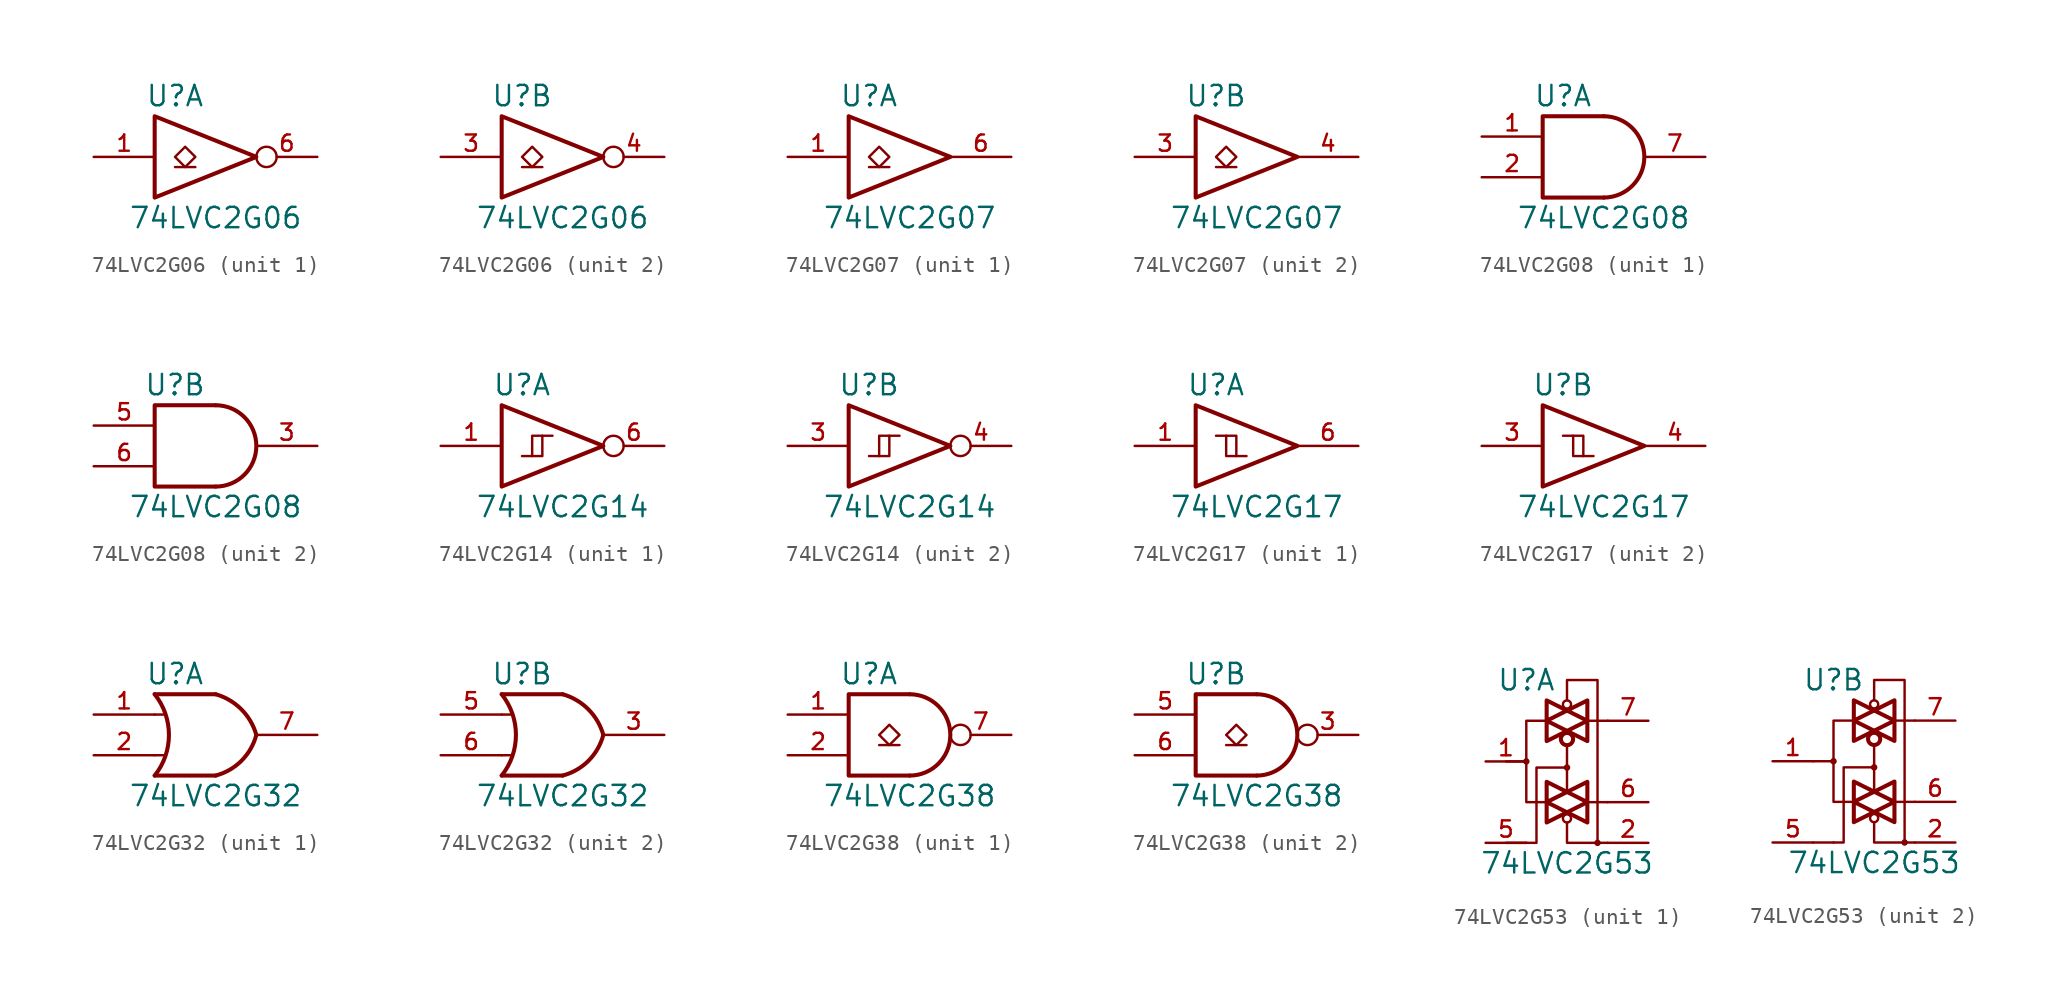
<source format=kicad_sym>
(kicad_symbol_lib
  (version 20201005)
  (generator kicad_symbol_editor)
  (symbol "74LVC2G06"
    (pin_names
      (offset 1.016))
    (property "Reference" "U"
      (at -2.54 3.81 0)
      (effects (font (size 1.27 1.27))))
    (property "Value" "74LVC2G06"
      (at 0 -3.81 0)
      (effects (font (size 1.27 1.27))))
    (symbol "74LVC2G06_0_1"
      (polyline (pts (xy -2.54 -0.635) (xy -1.27 -0.635)) (stroke (width 0)) (fill (type none)))
      (polyline (pts (xy -3.81 2.54) (xy -3.81 -2.54) (xy 2.54 0) (xy -3.81 2.54)) (stroke (width 0.254)) (fill (type none)))
      (polyline (pts (xy -1.905 0.635) (xy -2.54 0) (xy -1.905 -0.635) (xy -1.27 0) (xy -1.905 0.635)) (stroke (width 0)) (fill (type none)))
      (pin power_in line (at 0 -2.54 270) (length 0) hide (name "GND" (effects (font (size 1.016 1.016)))) (number "2" (effects (font (size 1.016 1.016)))))
      (pin power_in line (at 0 2.54 90) (length 0) hide (name "VCC" (effects (font (size 1.016 1.016)))) (number "5" (effects (font (size 1.016 1.016))))))
    (symbol "74LVC2G06_1_1"
      (pin input line (at -7.62 0 0) (length 3.81) (name "~" (effects (font (size 1.016 1.016)))) (number "1" (effects (font (size 1.016 1.016)))))
      (pin open_collector inverted (at 6.35 0 180) (length 3.81) (name "~" (effects (font (size 1.016 1.016)))) (number "6" (effects (font (size 1.016 1.016))))))
    (symbol "74LVC2G06_2_1"
      (pin input line (at -7.62 0 0) (length 3.81) (name "~" (effects (font (size 1.016 1.016)))) (number "3" (effects (font (size 1.016 1.016)))))
      (pin open_collector inverted (at 6.35 0 180) (length 3.81) (name "~" (effects (font (size 1.016 1.016)))) (number "4" (effects (font (size 1.016 1.016)))))))
  (symbol "74LVC2G07"
    (pin_names
      (offset 1.016))
    (property "Reference" "U"
      (at -2.54 3.81 0)
      (effects (font (size 1.27 1.27))))
    (property "Value" "74LVC2G07"
      (at 0 -3.81 0)
      (effects (font (size 1.27 1.27))))
    (symbol "74LVC2G07_0_1"
      (polyline (pts (xy -2.54 -0.635) (xy -1.27 -0.635)) (stroke (width 0)) (fill (type none)))
      (polyline (pts (xy -3.81 2.54) (xy -3.81 -2.54) (xy 2.54 0) (xy -3.81 2.54)) (stroke (width 0.254)) (fill (type none)))
      (polyline (pts (xy -1.905 0.635) (xy -2.54 0) (xy -1.905 -0.635) (xy -1.27 0) (xy -1.905 0.635)) (stroke (width 0)) (fill (type none)))
      (pin power_in line (at 0 -2.54 270) (length 0) hide (name "GND" (effects (font (size 1.016 1.016)))) (number "2" (effects (font (size 1.016 1.016)))))
      (pin power_in line (at 0 2.54 90) (length 0) hide (name "VCC" (effects (font (size 1.016 1.016)))) (number "5" (effects (font (size 1.016 1.016))))))
    (symbol "74LVC2G07_1_1"
      (pin input line (at -7.62 0 0) (length 3.81) (name "~" (effects (font (size 1.016 1.016)))) (number "1" (effects (font (size 1.016 1.016)))))
      (pin open_collector line (at 6.35 0 180) (length 3.81) (name "~" (effects (font (size 1.016 1.016)))) (number "6" (effects (font (size 1.016 1.016))))))
    (symbol "74LVC2G07_2_1"
      (pin input line (at -7.62 0 0) (length 3.81) (name "~" (effects (font (size 1.016 1.016)))) (number "3" (effects (font (size 1.016 1.016)))))
      (pin open_collector line (at 6.35 0 180) (length 3.81) (name "~" (effects (font (size 1.016 1.016)))) (number "4" (effects (font (size 1.016 1.016)))))))
  (symbol "74LVC2G08"
    (pin_names
      (offset 1.016))
    (property "Reference" "U"
      (at -2.54 3.81 0)
      (effects (font (size 1.27 1.27))))
    (property "Value" "74LVC2G08"
      (at 0 -3.81 0)
      (effects (font (size 1.27 1.27))))
    (symbol "74LVC2G08_0_1"
      (arc (start 0 -2.54) (end 0 2.54) (radius (at 0 0) (length 2.54) (angles -89.9 89.9)) (stroke (width 0.254)) (fill (type none)))
      (polyline (pts (xy 0 -2.54) (xy -3.81 -2.54) (xy -3.81 2.54) (xy 0 2.54)) (stroke (width 0.254)) (fill (type none)))
      (pin power_in line (at 0 -2.54 270) (length 0) hide (name "GND" (effects (font (size 1.016 1.016)))) (number "4" (effects (font (size 1.016 1.016)))))
      (pin power_in line (at 0 2.54 90) (length 0) hide (name "VCC" (effects (font (size 1.016 1.016)))) (number "8" (effects (font (size 1.016 1.016))))))
    (symbol "74LVC2G08_1_1"
      (pin input line (at -7.62 1.27 0) (length 3.81) (name "~" (effects (font (size 1.016 1.016)))) (number "1" (effects (font (size 1.016 1.016)))))
      (pin input line (at -7.62 -1.27 0) (length 3.81) (name "~" (effects (font (size 1.016 1.016)))) (number "2" (effects (font (size 1.016 1.016)))))
      (pin output line (at 6.35 0 180) (length 3.81) (name "~" (effects (font (size 1.016 1.016)))) (number "7" (effects (font (size 1.016 1.016))))))
    (symbol "74LVC2G08_2_1"
      (pin output line (at 6.35 0 180) (length 3.81) (name "~" (effects (font (size 1.016 1.016)))) (number "3" (effects (font (size 1.016 1.016)))))
      (pin input line (at -7.62 1.27 0) (length 3.81) (name "~" (effects (font (size 1.016 1.016)))) (number "5" (effects (font (size 1.016 1.016)))))
      (pin input line (at -7.62 -1.27 0) (length 3.81) (name "~" (effects (font (size 1.016 1.016)))) (number "6" (effects (font (size 1.016 1.016)))))))
  (symbol "74LVC2G14"
    (pin_names
      (offset 1.016))
    (property "Reference" "U"
      (at -2.54 3.81 0)
      (effects (font (size 1.27 1.27))))
    (property "Value" "74LVC2G14"
      (at 0 -3.81 0)
      (effects (font (size 1.27 1.27))))
    (symbol "74LVC2G14_0_1"
      (polyline (pts (xy -1.905 -0.635) (xy -1.27 -0.635) (xy -1.27 0.635)) (stroke (width 0)) (fill (type none)))
      (polyline (pts (xy -3.81 2.54) (xy -3.81 -2.54) (xy 2.54 0) (xy -3.81 2.54)) (stroke (width 0.254)) (fill (type none)))
      (polyline (pts (xy -2.54 -0.635) (xy -1.905 -0.635) (xy -1.905 0.635) (xy -0.635 0.635)) (stroke (width 0)) (fill (type none)))
      (pin power_in line (at 0 -2.54 270) (length 0) hide (name "GND" (effects (font (size 1.016 1.016)))) (number "2" (effects (font (size 1.016 1.016)))))
      (pin power_in line (at 0 2.54 90) (length 0) hide (name "VCC" (effects (font (size 1.016 1.016)))) (number "5" (effects (font (size 1.016 1.016))))))
    (symbol "74LVC2G14_1_1"
      (pin input line (at -7.62 0 0) (length 3.81) (name "~" (effects (font (size 1.016 1.016)))) (number "1" (effects (font (size 1.016 1.016)))))
      (pin output inverted (at 6.35 0 180) (length 3.81) (name "~" (effects (font (size 1.016 1.016)))) (number "6" (effects (font (size 1.016 1.016))))))
    (symbol "74LVC2G14_2_1"
      (pin input line (at -7.62 0 0) (length 3.81) (name "~" (effects (font (size 1.016 1.016)))) (number "3" (effects (font (size 1.016 1.016)))))
      (pin output inverted (at 6.35 0 180) (length 3.81) (name "~" (effects (font (size 1.016 1.016)))) (number "4" (effects (font (size 1.016 1.016)))))))
  (symbol "74LVC2G17"
    (pin_names
      (offset 1.016))
    (property "Reference" "U"
      (at -2.54 3.81 0)
      (effects (font (size 1.27 1.27))))
    (property "Value" "74LVC2G17"
      (at 0 -3.81 0)
      (effects (font (size 1.27 1.27))))
    (symbol "74LVC2G17_0_1"
      (polyline (pts (xy -1.905 0.635) (xy -1.27 0.635) (xy -1.27 -0.635)) (stroke (width 0)) (fill (type none)))
      (polyline (pts (xy -3.81 2.54) (xy -3.81 -2.54) (xy 2.54 0) (xy -3.81 2.54)) (stroke (width 0.254)) (fill (type none)))
      (polyline (pts (xy -2.54 0.635) (xy -1.905 0.635) (xy -1.905 -0.635) (xy -0.635 -0.635)) (stroke (width 0)) (fill (type none)))
      (pin power_in line (at 0 -2.54 270) (length 0) hide (name "GND" (effects (font (size 1.016 1.016)))) (number "2" (effects (font (size 1.016 1.016)))))
      (pin power_in line (at 0 2.54 90) (length 0) hide (name "VCC" (effects (font (size 1.016 1.016)))) (number "5" (effects (font (size 1.016 1.016))))))
    (symbol "74LVC2G17_1_1"
      (pin input line (at -7.62 0 0) (length 3.81) (name "~" (effects (font (size 1.016 1.016)))) (number "1" (effects (font (size 1.016 1.016)))))
      (pin output line (at 6.35 0 180) (length 3.81) (name "~" (effects (font (size 1.016 1.016)))) (number "6" (effects (font (size 1.016 1.016))))))
    (symbol "74LVC2G17_2_1"
      (pin input line (at -7.62 0 0) (length 3.81) (name "~" (effects (font (size 1.016 1.016)))) (number "3" (effects (font (size 1.016 1.016)))))
      (pin output line (at 6.35 0 180) (length 3.81) (name "~" (effects (font (size 1.016 1.016)))) (number "4" (effects (font (size 1.016 1.016)))))))
  (symbol "74LVC2G32"
    (pin_names
      (offset 1.016))
    (property "Reference" "U"
      (at -2.54 3.81 0)
      (effects (font (size 1.27 1.27))))
    (property "Value" "74LVC2G32"
      (at 0 -3.81 0)
      (effects (font (size 1.27 1.27))))
    (symbol "74LVC2G32_0_1"
      (arc (start -3.81 2.54) (end -3.81 -2.54) (radius (at -6.985 0) (length 4.064) (angles 38.6 -38.6)) (stroke (width 0.254)) (fill (type none)))
      (arc (start 0 2.54) (end 2.54 0) (radius (at -0.9652 -0.9398) (length 3.6068) (angles 74.4 15)) (stroke (width 0.254)) (fill (type none)))
      (arc (start 0 -2.54) (end 2.54 0) (radius (at -0.9652 0.9398) (length 3.6068) (angles -74.4 -15)) (stroke (width 0.254)) (fill (type none)))
      (polyline (pts (xy -3.81 -1.27) (xy -3.175 -1.27)) (stroke (width 0)) (fill (type none)))
      (polyline (pts (xy -3.81 1.27) (xy -3.175 1.27)) (stroke (width 0)) (fill (type none)))
      (polyline (pts (xy 0 -2.54) (xy -3.81 -2.54)) (stroke (width 0.254)) (fill (type background)))
      (polyline (pts (xy 0 2.54) (xy -3.81 2.54)) (stroke (width 0.254)) (fill (type background)))
      (pin power_in line (at 0 -2.54 270) (length 0) hide (name "GND" (effects (font (size 1.016 1.016)))) (number "4" (effects (font (size 1.016 1.016)))))
      (pin power_in line (at 0 2.54 90) (length 0) hide (name "VCC" (effects (font (size 1.016 1.016)))) (number "8" (effects (font (size 1.016 1.016))))))
    (symbol "74LVC2G32_1_1"
      (pin input line (at -7.62 1.27 0) (length 3.81) (name "~" (effects (font (size 1.016 1.016)))) (number "1" (effects (font (size 1.016 1.016)))))
      (pin input line (at -7.62 -1.27 0) (length 3.81) (name "~" (effects (font (size 1.016 1.016)))) (number "2" (effects (font (size 1.016 1.016)))))
      (pin output line (at 6.35 0 180) (length 3.81) (name "~" (effects (font (size 1.016 1.016)))) (number "7" (effects (font (size 1.016 1.016))))))
    (symbol "74LVC2G32_2_1"
      (pin output line (at 6.35 0 180) (length 3.81) (name "~" (effects (font (size 1.016 1.016)))) (number "3" (effects (font (size 1.016 1.016)))))
      (pin input line (at -7.62 1.27 0) (length 3.81) (name "~" (effects (font (size 1.016 1.016)))) (number "5" (effects (font (size 1.016 1.016)))))
      (pin input line (at -7.62 -1.27 0) (length 3.81) (name "~" (effects (font (size 1.016 1.016)))) (number "6" (effects (font (size 1.016 1.016)))))))
  (symbol "74LVC2G38"
    (pin_names
      (offset 1.016))
    (property "Reference" "U"
      (at -2.54 3.81 0)
      (effects (font (size 1.27 1.27))))
    (property "Value" "74LVC2G38"
      (at 0 -3.81 0)
      (effects (font (size 1.27 1.27))))
    (symbol "74LVC2G38_0_1"
      (arc (start 0 -2.54) (end 0 2.54) (radius (at 0 0) (length 2.54) (angles -89.9 89.9)) (stroke (width 0.254)) (fill (type none)))
      (polyline (pts (xy -1.905 -0.635) (xy -0.635 -0.635)) (stroke (width 0)) (fill (type none)))
      (polyline (pts (xy 0 -2.54) (xy -3.81 -2.54) (xy -3.81 2.54) (xy 0 2.54)) (stroke (width 0.254)) (fill (type none)))
      (polyline (pts (xy -1.27 0.635) (xy -1.905 0) (xy -1.27 -0.635) (xy -0.635 0) (xy -1.27 0.635)) (stroke (width 0)) (fill (type none)))
      (pin power_in line (at 0 -2.54 270) (length 0) hide (name "GND" (effects (font (size 1.016 1.016)))) (number "4" (effects (font (size 1.016 1.016)))))
      (pin power_in line (at 0 2.54 90) (length 0) hide (name "VCC" (effects (font (size 1.016 1.016)))) (number "8" (effects (font (size 1.016 1.016))))))
    (symbol "74LVC2G38_1_1"
      (pin input line (at -7.62 1.27 0) (length 3.81) (name "~" (effects (font (size 1.016 1.016)))) (number "1" (effects (font (size 1.016 1.016)))))
      (pin input line (at -7.62 -1.27 0) (length 3.81) (name "~" (effects (font (size 1.016 1.016)))) (number "2" (effects (font (size 1.016 1.016)))))
      (pin open_collector inverted (at 6.35 0 180) (length 3.81) (name "~" (effects (font (size 1.016 1.016)))) (number "7" (effects (font (size 1.016 1.016))))))
    (symbol "74LVC2G38_2_1"
      (pin open_collector inverted (at 6.35 0 180) (length 3.81) (name "~" (effects (font (size 1.016 1.016)))) (number "3" (effects (font (size 1.016 1.016)))))
      (pin input line (at -7.62 1.27 0) (length 3.81) (name "~" (effects (font (size 1.016 1.016)))) (number "5" (effects (font (size 1.016 1.016)))))
      (pin input line (at -7.62 -1.27 0) (length 3.81) (name "~" (effects (font (size 1.016 1.016)))) (number "6" (effects (font (size 1.016 1.016)))))))
  (symbol "74LVC2G53"
    (pin_names
      (offset 1.016))
    (property "Reference" "U"
      (at -2.54 5.08 0)
      (effects (font (size 1.27 1.27))))
    (property "Value" "74LVC2G53"
      (at 0 -6.35 0)
      (effects (font (size 1.27 1.27))))
    (symbol "74LVC2G53_0_1"
      (circle (center -2.54 0) (radius 0.127) (stroke (width 0)) (fill (type none)))
      (circle (center 0 -3.556) (radius 0.254) (stroke (width 0)) (fill (type none)))
      (circle (center 0 -0.381) (radius 0.127) (stroke (width 0)) (fill (type none)))
      (circle (center 0 1.397) (radius 0.381) (stroke (width 0.254)) (fill (type none)))
      (circle (center 0 3.556) (radius 0.254) (stroke (width 0)) (fill (type none)))
      (circle (center 1.905 -5.08) (radius 0.127) (stroke (width 0)) (fill (type none)))
      (polyline (pts (xy -3.81 -5.08) (xy -2.54 -5.08)) (stroke (width 0)) (fill (type none)))
      (polyline (pts (xy -3.81 0) (xy -2.54 0)) (stroke (width 0)) (fill (type none)))
      (polyline (pts (xy 2.54 -2.54) (xy 1.27 -2.54)) (stroke (width 0)) (fill (type none)))
      (polyline (pts (xy 2.54 2.54) (xy 1.27 2.54)) (stroke (width 0)) (fill (type none)))
      (polyline (pts (xy 0 -3.81) (xy 0 -5.08) (xy 2.54 -5.08)) (stroke (width 0)) (fill (type none)))
      (polyline (pts (xy 0 1.016) (xy 0 0) (xy 0 -1.905)) (stroke (width 0)) (fill (type none)))
      (polyline (pts (xy -1.27 -2.54) (xy 0 -3.175) (xy -1.27 -3.81) (xy -1.27 -2.54)) (stroke (width 0.254)) (fill (type none)))
      (polyline (pts (xy -1.27 -1.27) (xy -1.27 -2.54) (xy 0 -1.905) (xy -1.27 -1.27)) (stroke (width 0.254)) (fill (type none)))
      (polyline (pts (xy -1.27 2.54) (xy 0 1.905) (xy -1.27 1.27) (xy -1.27 2.54)) (stroke (width 0.254)) (fill (type none)))
      (polyline (pts (xy -1.27 3.81) (xy 0 3.175) (xy -1.27 2.54) (xy -1.27 3.81)) (stroke (width 0.254)) (fill (type none)))
      (polyline (pts (xy 0 -0.381) (xy -1.905 -0.381) (xy -1.905 -5.08) (xy -2.54 -5.08)) (stroke (width 0)) (fill (type none)))
      (polyline (pts (xy 1.27 -2.54) (xy 0 -3.175) (xy 1.27 -3.81) (xy 1.27 -2.54)) (stroke (width 0.254)) (fill (type none)))
      (polyline (pts (xy 1.27 -1.27) (xy 1.27 -2.54) (xy 0 -1.905) (xy 1.27 -1.27)) (stroke (width 0.254)) (fill (type none)))
      (polyline (pts (xy 1.27 2.54) (xy 1.27 1.27) (xy 0 1.905) (xy 1.27 2.54)) (stroke (width 0.254)) (fill (type none)))
      (polyline (pts (xy 1.27 2.54) (xy 1.27 3.81) (xy 0 3.175) (xy 1.27 2.54)) (stroke (width 0.254)) (fill (type none)))
      (polyline (pts (xy 1.905 -5.08) (xy 1.905 5.08) (xy 0 5.08) (xy 0 3.81)) (stroke (width 0)) (fill (type none)))
      (polyline (pts (xy -1.27 2.54) (xy -2.54 2.54) (xy -2.54 0) (xy -2.54 -2.54) (xy -1.27 -2.54)) (stroke (width 0)) (fill (type none)))
      (pin power_in line (at -1.27 -5.08 270) (length 0) hide (name "GND" (effects (font (size 1.016 1.016)))) (number "4" (effects (font (size 1.016 1.016)))))
      (pin power_in line (at 0 5.08 90) (length 0) hide (name "VCC" (effects (font (size 1.016 1.016)))) (number "8" (effects (font (size 1.016 1.016))))))
    (symbol "74LVC2G53_1_1"
      (pin bidirectional line (at -5.08 0 0) (length 2.54) (name "~" (effects (font (size 1.016 1.016)))) (number "1" (effects (font (size 1.016 1.016)))))
      (pin bidirectional line (at 5.08 -5.08 180) (length 2.54) (name "~" (effects (font (size 1.016 1.016)))) (number "2" (effects (font (size 1.016 1.016)))))
      (pin power_in line (at 1.27 -5.08 270) (length 0) hide (name "GND" (effects (font (size 1.016 1.016)))) (number "3" (effects (font (size 1.016 1.016)))))
      (pin input line (at -5.08 -5.08 0) (length 2.54) (name "~" (effects (font (size 1.016 1.016)))) (number "5" (effects (font (size 1.016 1.016)))))
      (pin bidirectional line (at 5.08 -2.54 180) (length 2.54) (name "~" (effects (font (size 1.016 1.016)))) (number "6" (effects (font (size 1.016 1.016)))))
      (pin bidirectional line (at 5.08 2.54 180) (length 2.54) (name "~" (effects (font (size 1.016 1.016)))) (number "7" (effects (font (size 1.016 1.016))))))
    (symbol "74LVC2G53_2_1"
      (pin bidirectional line (at -6.35 0 0) (length 2.54) (name "~" (effects (font (size 1.016 1.016)))) (number "1" (effects (font (size 1.016 1.016)))))
      (pin input line (at 5.08 -5.08 180) (length 2.54) (name "~" (effects (font (size 1.016 1.016)))) (number "2" (effects (font (size 1.016 1.016)))))
      (pin input line (at -6.35 -5.08 0) (length 2.54) (name "~" (effects (font (size 1.016 1.016)))) (number "5" (effects (font (size 1.016 1.016)))))
      (pin bidirectional line (at 5.08 -2.54 180) (length 2.54) (name "~" (effects (font (size 1.016 1.016)))) (number "6" (effects (font (size 1.016 1.016)))))
      (pin bidirectional line (at 5.08 2.54 180) (length 2.54) (name "~" (effects (font (size 1.016 1.016)))) (number "7" (effects (font (size 1.016 1.016))))))))
</source>
